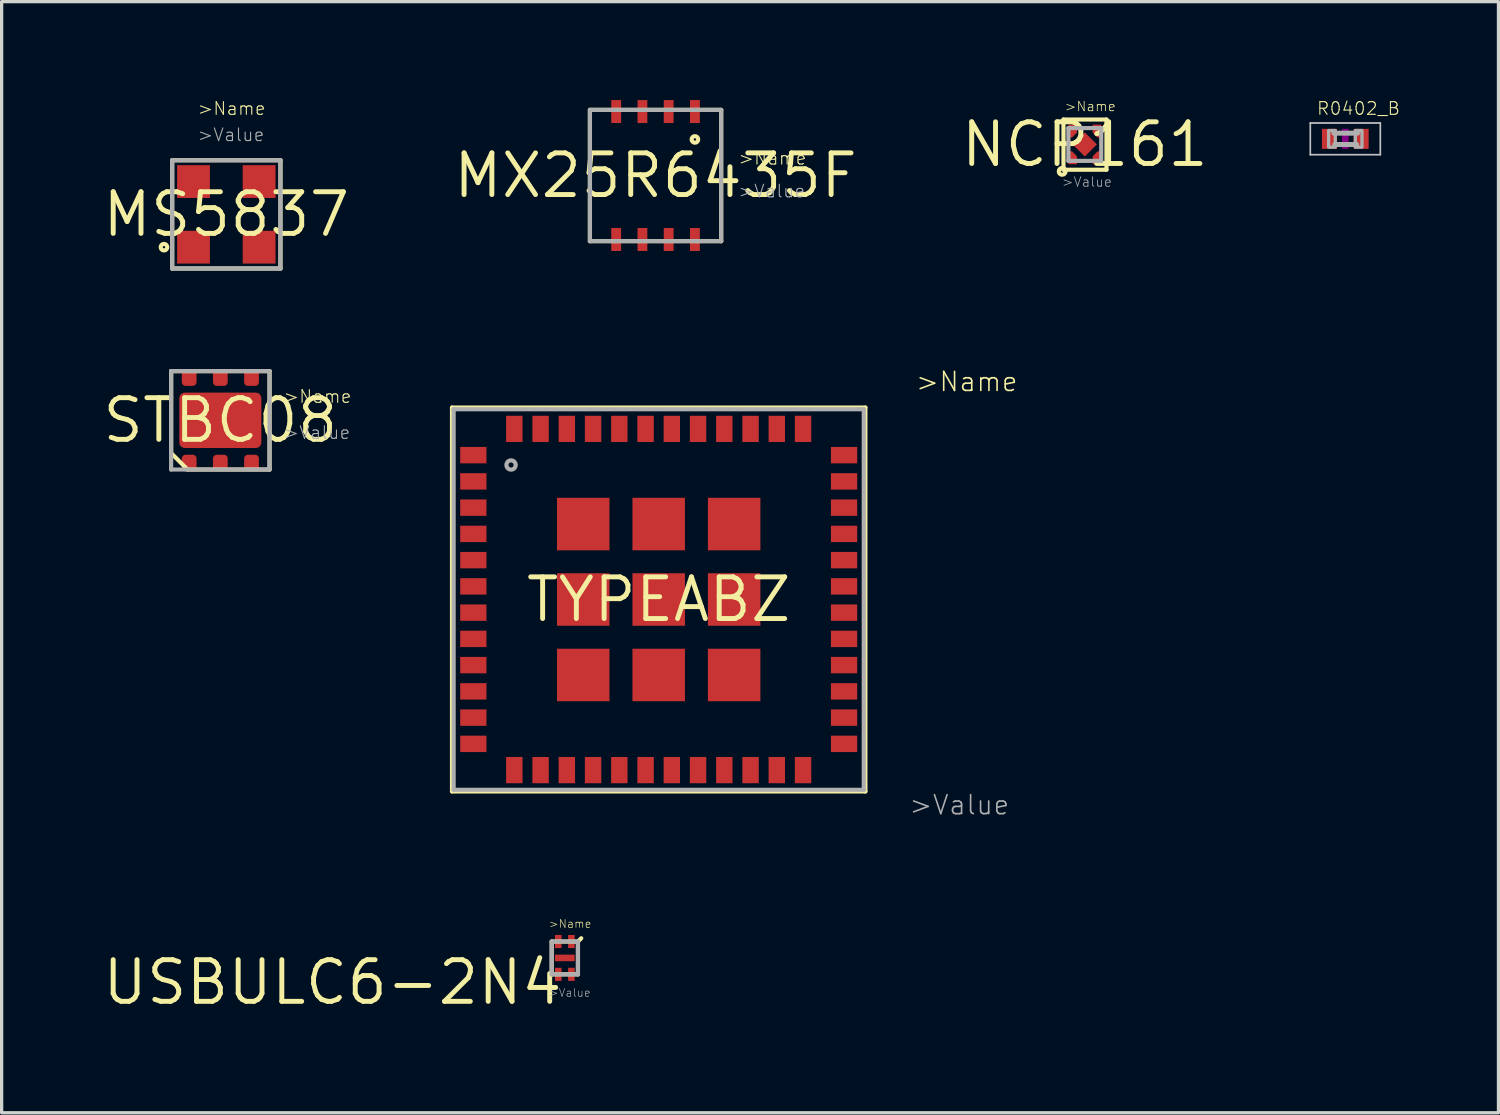
<source format=kicad_pcb>
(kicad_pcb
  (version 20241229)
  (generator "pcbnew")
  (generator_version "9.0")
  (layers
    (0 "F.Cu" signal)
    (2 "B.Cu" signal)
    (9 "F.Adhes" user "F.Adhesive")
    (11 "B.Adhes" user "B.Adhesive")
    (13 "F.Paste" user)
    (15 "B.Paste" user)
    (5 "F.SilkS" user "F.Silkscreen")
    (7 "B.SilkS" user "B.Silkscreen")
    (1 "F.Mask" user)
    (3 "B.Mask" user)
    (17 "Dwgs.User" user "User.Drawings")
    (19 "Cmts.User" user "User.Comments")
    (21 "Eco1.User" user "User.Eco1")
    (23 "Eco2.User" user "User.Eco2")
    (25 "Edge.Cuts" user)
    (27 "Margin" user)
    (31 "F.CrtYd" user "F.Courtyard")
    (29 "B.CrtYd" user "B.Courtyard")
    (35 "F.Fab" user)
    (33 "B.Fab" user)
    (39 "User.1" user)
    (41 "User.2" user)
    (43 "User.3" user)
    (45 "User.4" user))
  (footprint "TYPEABZ"
    (layer "F.Cu")
    (at 17.027 15.223)
    (property "Reference" "TYPEABZ" (at 0 0 0) (layer "F.SilkS") (effects (font (size 1.27 1.27) (thickness 0.15))))
    (attr through_hole)
    (fp_line (start -6.3 -5.85) (end 6.3 -5.85) (stroke (width 0.127) (type solid)) (layer "F.SilkS"))
    (fp_line (start -6.3 5.85) (end -6.3 -5.85) (stroke (width 0.127) (type solid)) (layer "F.SilkS"))
    (fp_line (start 6.3 -5.85) (end 6.3 5.85) (stroke (width 0.127) (type solid)) (layer "F.SilkS"))
    (fp_line (start 6.3 5.85) (end -6.3 5.85) (stroke (width 0.127) (type solid)) (layer "F.SilkS"))
    (fp_line (start -6.25 -5.8) (end 6.25 -5.8) (stroke (width 0.127) (type solid)) (layer "F.Fab"))
    (fp_line (start -6.25 5.8) (end -6.25 -5.8) (stroke (width 0.127) (type solid)) (layer "F.Fab"))
    (fp_line (start 6.25 -5.8) (end 6.25 5.8) (stroke (width 0.127) (type solid)) (layer "F.Fab"))
    (fp_line (start 6.25 5.8) (end -6.25 5.8) (stroke (width 0.127) (type solid)) (layer "F.Fab"))
    (fp_circle (center -4.5 -4.1) (end -4.359 -4.1) (stroke (width 0.127) (type solid)) (fill no) (layer "F.Fab"))
    (fp_text user ">Name" (at 7.8 -6.3 0) (layer "F.SilkS") (effects (font (size 0.579 0.579) (thickness 0.049)) (justify left bottom)))
    (fp_text user ">Value" (at 7.6 6.6 0) (layer "F.Fab") (effects (font (size 0.579 0.579) (thickness 0.049)) (justify left bottom)))
    (pad "P$1" smd rect (at -5.65 -4.4) (size 0.8 0.5) (layers "F.Cu" "F.Mask" "F.Paste"))
    (pad "P$2" smd rect (at -5.65 -3.6) (size 0.8 0.5) (layers "F.Cu" "F.Mask" "F.Paste"))
    (pad "P$3" smd rect (at -5.65 -2.8) (size 0.8 0.5) (layers "F.Cu" "F.Mask" "F.Paste"))
    (pad "P$4" smd rect (at -5.65 -2) (size 0.8 0.5) (layers "F.Cu" "F.Mask" "F.Paste"))
    (pad "P$5" smd rect (at -5.65 -1.2) (size 0.8 0.5) (layers "F.Cu" "F.Mask" "F.Paste"))
    (pad "P$6" smd rect (at -5.65 -0.4) (size 0.8 0.5) (layers "F.Cu" "F.Mask" "F.Paste"))
    (pad "P$7" smd rect (at -5.65 0.4) (size 0.8 0.5) (layers "F.Cu" "F.Mask" "F.Paste"))
    (pad "P$8" smd rect (at -5.65 1.2) (size 0.8 0.5) (layers "F.Cu" "F.Mask" "F.Paste"))
    (pad "P$9" smd rect (at -5.65 2) (size 0.8 0.5) (layers "F.Cu" "F.Mask" "F.Paste"))
    (pad "P$10" smd rect (at -5.65 2.8) (size 0.8 0.5) (layers "F.Cu" "F.Mask" "F.Paste"))
    (pad "P$11" smd rect (at -5.65 3.6) (size 0.8 0.5) (layers "F.Cu" "F.Mask" "F.Paste"))
    (pad "P$12" smd rect (at -5.65 4.4) (size 0.8 0.5) (layers "F.Cu" "F.Mask" "F.Paste"))
    (pad "P$13" smd rect (at -4.4 5.2 90) (size 0.8 0.5) (layers "F.Cu" "F.Mask" "F.Paste"))
    (pad "P$14" smd rect (at -3.6 5.2 90) (size 0.8 0.5) (layers "F.Cu" "F.Mask" "F.Paste"))
    (pad "P$15" smd rect (at -2.8 5.2 90) (size 0.8 0.5) (layers "F.Cu" "F.Mask" "F.Paste"))
    (pad "P$16" smd rect (at -2 5.2 90) (size 0.8 0.5) (layers "F.Cu" "F.Mask" "F.Paste"))
    (pad "P$17" smd rect (at -1.2 5.2 90) (size 0.8 0.5) (layers "F.Cu" "F.Mask" "F.Paste"))
    (pad "P$18" smd rect (at -0.4 5.2 90) (size 0.8 0.5) (layers "F.Cu" "F.Mask" "F.Paste"))
    (pad "P$19" smd rect (at 0.4 5.2 90) (size 0.8 0.5) (layers "F.Cu" "F.Mask" "F.Paste"))
    (pad "P$20" smd rect (at 1.2 5.2 90) (size 0.8 0.5) (layers "F.Cu" "F.Mask" "F.Paste"))
    (pad "P$21" smd rect (at 2 5.2 90) (size 0.8 0.5) (layers "F.Cu" "F.Mask" "F.Paste"))
    (pad "P$22" smd rect (at 2.8 5.2 90) (size 0.8 0.5) (layers "F.Cu" "F.Mask" "F.Paste"))
    (pad "P$23" smd rect (at 3.6 5.2 90) (size 0.8 0.5) (layers "F.Cu" "F.Mask" "F.Paste"))
    (pad "P$24" smd rect (at 4.4 5.2 90) (size 0.8 0.5) (layers "F.Cu" "F.Mask" "F.Paste"))
    (pad "P$25" smd rect (at 5.65 4.4 180) (size 0.8 0.5) (layers "F.Cu" "F.Mask" "F.Paste"))
    (pad "P$26" smd rect (at 5.65 3.6 180) (size 0.8 0.5) (layers "F.Cu" "F.Mask" "F.Paste"))
    (pad "P$27" smd rect (at 5.65 2.8 180) (size 0.8 0.5) (layers "F.Cu" "F.Mask" "F.Paste"))
    (pad "P$28" smd rect (at 5.65 2 180) (size 0.8 0.5) (layers "F.Cu" "F.Mask" "F.Paste"))
    (pad "P$29" smd rect (at 5.65 1.2 180) (size 0.8 0.5) (layers "F.Cu" "F.Mask" "F.Paste"))
    (pad "P$30" smd rect (at 5.65 0.4 180) (size 0.8 0.5) (layers "F.Cu" "F.Mask" "F.Paste"))
    (pad "P$31" smd rect (at 5.65 -0.4 180) (size 0.8 0.5) (layers "F.Cu" "F.Mask" "F.Paste"))
    (pad "P$32" smd rect (at 5.65 -1.2 180) (size 0.8 0.5) (layers "F.Cu" "F.Mask" "F.Paste"))
    (pad "P$33" smd rect (at 5.65 -2 180) (size 0.8 0.5) (layers "F.Cu" "F.Mask" "F.Paste"))
    (pad "P$34" smd rect (at 5.65 -2.8 180) (size 0.8 0.5) (layers "F.Cu" "F.Mask" "F.Paste"))
    (pad "P$35" smd rect (at 5.65 -3.6 180) (size 0.8 0.5) (layers "F.Cu" "F.Mask" "F.Paste"))
    (pad "P$36" smd rect (at 5.65 -4.4 180) (size 0.8 0.5) (layers "F.Cu" "F.Mask" "F.Paste"))
    (pad "P$37" smd rect (at 4.4 -5.2 270) (size 0.8 0.5) (layers "F.Cu" "F.Mask" "F.Paste"))
    (pad "P$38" smd rect (at 3.6 -5.2 270) (size 0.8 0.5) (layers "F.Cu" "F.Mask" "F.Paste"))
    (pad "P$39" smd rect (at 2.8 -5.2 270) (size 0.8 0.5) (layers "F.Cu" "F.Mask" "F.Paste"))
    (pad "P$40" smd rect (at 2 -5.2 270) (size 0.8 0.5) (layers "F.Cu" "F.Mask" "F.Paste"))
    (pad "P$41" smd rect (at 1.2 -5.2 270) (size 0.8 0.5) (layers "F.Cu" "F.Mask" "F.Paste"))
    (pad "P$42" smd rect (at 0.4 -5.2 270) (size 0.8 0.5) (layers "F.Cu" "F.Mask" "F.Paste"))
    (pad "P$43" smd rect (at -0.4 -5.2 270) (size 0.8 0.5) (layers "F.Cu" "F.Mask" "F.Paste"))
    (pad "P$44" smd rect (at -1.2 -5.2 270) (size 0.8 0.5) (layers "F.Cu" "F.Mask" "F.Paste"))
    (pad "P$45" smd rect (at -2 -5.2 270) (size 0.8 0.5) (layers "F.Cu" "F.Mask" "F.Paste"))
    (pad "P$46" smd rect (at -2.8 -5.2 270) (size 0.8 0.5) (layers "F.Cu" "F.Mask" "F.Paste"))
    (pad "P$47" smd rect (at -3.6 -5.2 270) (size 0.8 0.5) (layers "F.Cu" "F.Mask" "F.Paste"))
    (pad "P$48" smd rect (at -4.4 -5.2 270) (size 0.8 0.5) (layers "F.Cu" "F.Mask" "F.Paste"))
    (pad "P$49" smd rect (at -2.3 -2.3) (size 1.6 1.6) (layers "F.Cu" "F.Mask" "F.Paste"))
    (pad "P$50" smd rect (at 0 -2.3) (size 1.6 1.6) (layers "F.Cu" "F.Mask" "F.Paste"))
    (pad "P$51" smd rect (at 2.3 -2.3) (size 1.6 1.6) (layers "F.Cu" "F.Mask" "F.Paste"))
    (pad "P$52" smd rect (at -2.3 0) (size 1.6 1.6) (layers "F.Cu" "F.Mask" "F.Paste"))
    (pad "P$53" smd rect (at 0 0) (size 1.6 1.6) (layers "F.Cu" "F.Mask" "F.Paste"))
    (pad "P$54" smd rect (at 2.3 0) (size 1.6 1.6) (layers "F.Cu" "F.Mask" "F.Paste"))
    (pad "P$55" smd rect (at -2.3 2.3) (size 1.6 1.6) (layers "F.Cu" "F.Mask" "F.Paste"))
    (pad "P$56" smd rect (at 0 2.3) (size 1.6 1.6) (layers "F.Cu" "F.Mask" "F.Paste"))
    (pad "P$57" smd rect (at 2.3 2.3) (size 1.6 1.6) (layers "F.Cu" "F.Mask" "F.Paste")))
  (footprint "R0402_B"
    (layer "F.Cu")
    (at 37.955 1.182)
    (property "Reference" "R0402_B" (at -0.889 -0.699 0) (layer "F.SilkS") (effects (font (size 0.386 0.386) (thickness 0.033)) (justify left bottom)))
    (attr through_hole)
    (fp_poly (pts (xy -0.102 0.305) (xy 0.102 0.305) (xy 0.102 -0.305) (xy -0.102 -0.305)) (stroke (width 0) (type solid)) (fill yes) (layer "F.Adhes"))
    (fp_line (start -1.067 -0.483) (end 1.067 -0.483) (stroke (width 0.051) (type solid)) (layer "Dwgs.User"))
    (fp_line (start -1.067 0.483) (end -1.067 -0.483) (stroke (width 0.051) (type solid)) (layer "Dwgs.User"))
    (fp_line (start 1.067 -0.483) (end 1.067 0.483) (stroke (width 0.051) (type solid)) (layer "Dwgs.User"))
    (fp_line (start 1.067 0.483) (end -1.067 0.483) (stroke (width 0.051) (type solid)) (layer "Dwgs.User"))
    (fp_line (start -0.347 -0.173) (end 0.372 -0.173) (stroke (width 0.152) (type solid)) (layer "F.Fab"))
    (fp_line (start 0.347 0.173) (end -0.321 0.173) (stroke (width 0.152) (type solid)) (layer "F.Fab"))
    (fp_poly (pts (xy -0.508 0.254) (xy -0.305 0.254) (xy -0.305 -0.254) (xy -0.508 -0.254)) (stroke (width 0.1) (type solid)) (fill no) (layer "F.Fab"))
    (fp_poly (pts (xy 0.305 0.254) (xy 0.508 0.254) (xy 0.508 -0.254) (xy 0.305 -0.254)) (stroke (width 0.1) (type solid)) (fill no) (layer "F.Fab"))
    (pad "1" smd rect (at -0.483 0) (size 0.457 0.61) (layers "F.Cu" "F.Mask" "F.Paste"))
    (pad "2" smd rect (at 0.483 0) (size 0.457 0.61) (layers "F.Cu" "F.Mask" "F.Paste")))
  (footprint "MX25R6435F"
    (layer "F.Cu")
    (at 16.931 2.3)
    (property "Reference" "MX25R6435F" (at 0 0 0) (layer "F.SilkS") (effects (font (size 1.27 1.27) (thickness 0.15))))
    (attr through_hole)
    (fp_line (start -2 -2) (end 2 -2) (stroke (width 0.127) (type solid)) (layer "F.SilkS"))
    (fp_line (start -2 2) (end -2 -2) (stroke (width 0.127) (type solid)) (layer "F.SilkS"))
    (fp_line (start 2 -2) (end 2 2) (stroke (width 0.127) (type solid)) (layer "F.SilkS"))
    (fp_line (start 2 2) (end -2 2) (stroke (width 0.127) (type solid)) (layer "F.SilkS"))
    (fp_circle (center 1.2 -1.1) (end 1.3 -1.1) (stroke (width 0.127) (type solid)) (fill no) (layer "F.SilkS"))
    (fp_line (start -2 -2) (end 2 -2) (stroke (width 0.127) (type solid)) (layer "F.Fab"))
    (fp_line (start -2 2) (end -2 -2) (stroke (width 0.127) (type solid)) (layer "F.Fab"))
    (fp_line (start 2 -2) (end 2 2) (stroke (width 0.127) (type solid)) (layer "F.Fab"))
    (fp_line (start 2 2) (end -2 2) (stroke (width 0.127) (type solid)) (layer "F.Fab"))
    (fp_text user ">Name" (at 2.5 -0.3 0) (layer "F.SilkS") (effects (font (size 0.386 0.386) (thickness 0.033)) (justify left bottom)))
    (fp_text user ">Value" (at 2.5 0.7 0) (layer "F.Fab") (effects (font (size 0.386 0.386) (thickness 0.033)) (justify left bottom)))
    (pad "P$1" smd rect (at 1.2 -1.95 90) (size 0.7 0.3) (layers "F.Cu" "F.Mask" "F.Paste"))
    (pad "P$2" smd rect (at 0.4 -1.95 90) (size 0.7 0.3) (layers "F.Cu" "F.Mask" "F.Paste"))
    (pad "P$3" smd rect (at -0.4 -1.95 90) (size 0.7 0.3) (layers "F.Cu" "F.Mask" "F.Paste"))
    (pad "P$4" smd rect (at -1.2 -1.95 90) (size 0.7 0.3) (layers "F.Cu" "F.Mask" "F.Paste"))
    (pad "P$5" smd rect (at -1.2 1.95 90) (size 0.7 0.3) (layers "F.Cu" "F.Mask" "F.Paste"))
    (pad "P$6" smd rect (at -0.4 1.95 90) (size 0.7 0.3) (layers "F.Cu" "F.Mask" "F.Paste"))
    (pad "P$7" smd rect (at 0.4 1.95 90) (size 0.7 0.3) (layers "F.Cu" "F.Mask" "F.Paste"))
    (pad "P$8" smd rect (at 1.2 1.95 90) (size 0.7 0.3) (layers "F.Cu" "F.Mask" "F.Paste")))
  (footprint "USBULC6-2N4"
    (layer "F.Cu")
    (at 14.166 26.148)
    (property "Reference" "USBULC6-2N4" (at 0 0 0) (layer "F.SilkS") (effects (font (size 1.27 1.27) (thickness 0.15)) (justify right top)))
    (attr through_hole)
    (fp_line (start -0.4 -0.5) (end 0.4 -0.5) (stroke (width 0.127) (type solid)) (layer "F.SilkS"))
    (fp_line (start -0.4 0.5) (end -0.4 -0.5) (stroke (width 0.127) (type solid)) (layer "F.SilkS"))
    (fp_line (start 0.4 -0.5) (end 0.4 0.5) (stroke (width 0.127) (type solid)) (layer "F.SilkS"))
    (fp_line (start 0.4 -0.5) (end 0.5 -0.6) (stroke (width 0.127) (type solid)) (layer "F.SilkS"))
    (fp_line (start 0.4 0.5) (end -0.4 0.5) (stroke (width 0.127) (type solid)) (layer "F.SilkS"))
    (fp_line (start -0.4 -0.5) (end 0.4 -0.5) (stroke (width 0.127) (type solid)) (layer "F.Fab"))
    (fp_line (start -0.4 0.5) (end -0.4 -0.5) (stroke (width 0.127) (type solid)) (layer "F.Fab"))
    (fp_line (start 0.4 -0.5) (end 0.4 0.5) (stroke (width 0.127) (type solid)) (layer "F.Fab"))
    (fp_line (start 0.4 0.5) (end -0.4 0.5) (stroke (width 0.127) (type solid)) (layer "F.Fab"))
    (fp_text user ">Name" (at -0.5 -0.9 0) (layer "F.SilkS") (effects (font (size 0.241 0.241) (thickness 0.02)) (justify left bottom)))
    (fp_text user ">Value" (at -0.5 1.2 0) (layer "F.Fab") (effects (font (size 0.241 0.241) (thickness 0.02)) (justify left bottom)))
    (pad "P$1" smd rect (at 0.2 -0.5) (size 0.2 0.4) (layers "F.Cu" "F.Mask" "F.Paste"))
    (pad "P$2" smd rect (at -0.2 -0.5) (size 0.2 0.4) (layers "F.Cu" "F.Mask" "F.Paste"))
    (pad "P$3" smd rect (at -0.2 0.5) (size 0.2 0.4) (layers "F.Cu" "F.Mask" "F.Paste"))
    (pad "P$4" smd rect (at 0.2 0.5) (size 0.2 0.4) (layers "F.Cu" "F.Mask" "F.Paste"))
    (pad "P$5" smd rect (at 0 0 90) (size 0.2 0.6) (layers "F.Cu" "F.Mask" "F.Paste")))
  (footprint "STBC08"
    (layer "F.Cu")
    (at 3.666 9.761)
    (property "Reference" "STBC08" (at 0 0 0) (layer "F.SilkS") (effects (font (size 1.27 1.27) (thickness 0.15))))
    (attr through_hole)
    (fp_line (start -1.5 -1.5) (end 1.5 -1.5) (stroke (width 0.127) (type solid)) (layer "F.SilkS"))
    (fp_line (start -1.5 1) (end -1.5 -1.5) (stroke (width 0.127) (type solid)) (layer "F.SilkS"))
    (fp_line (start -1 1.5) (end -1.5 1) (stroke (width 0.127) (type solid)) (layer "F.SilkS"))
    (fp_line (start 1.5 -1.5) (end 1.5 1.5) (stroke (width 0.127) (type solid)) (layer "F.SilkS"))
    (fp_line (start 1.5 1.5) (end -1 1.5) (stroke (width 0.127) (type solid)) (layer "F.SilkS"))
    (fp_line (start -1.5 -1.5) (end 1.5 -1.5) (stroke (width 0.127) (type solid)) (layer "F.Fab"))
    (fp_line (start -1.5 1.5) (end -1.5 -1.5) (stroke (width 0.127) (type solid)) (layer "F.Fab"))
    (fp_line (start 1.5 -1.5) (end 1.5 1.5) (stroke (width 0.127) (type solid)) (layer "F.Fab"))
    (fp_line (start 1.5 1.5) (end -1.5 1.5) (stroke (width 0.127) (type solid)) (layer "F.Fab"))
    (fp_text user ">Name" (at 1.9 -0.5 0) (layer "F.SilkS") (effects (font (size 0.386 0.386) (thickness 0.033)) (justify left bottom)))
    (fp_text user ">Value" (at 1.9 0.6 0) (layer "F.Fab") (effects (font (size 0.386 0.386) (thickness 0.033)) (justify left bottom)))
    (pad "P$1" smd roundrect (at -0.95 1.3) (size 0.45 0.5) (layers "F.Cu" "F.Mask" "F.Paste") (roundrect_rratio 0.25))
    (pad "P$2" smd roundrect (at 0 1.3) (size 0.45 0.5) (layers "F.Cu" "F.Mask" "F.Paste") (roundrect_rratio 0.25))
    (pad "P$3" smd roundrect (at 0.95 1.3) (size 0.45 0.5) (layers "F.Cu" "F.Mask" "F.Paste") (roundrect_rratio 0.25))
    (pad "P$4" smd roundrect (at 0.95 -1.3) (size 0.45 0.5) (layers "F.Cu" "F.Mask" "F.Paste") (roundrect_rratio 0.25))
    (pad "P$5" smd roundrect (at 0 -1.3) (size 0.45 0.5) (layers "F.Cu" "F.Mask" "F.Paste") (roundrect_rratio 0.25))
    (pad "P$6" smd roundrect (at -0.95 -1.3) (size 0.45 0.5) (layers "F.Cu" "F.Mask" "F.Paste") (roundrect_rratio 0.25))
    (pad "P$7" smd roundrect (at 0 0) (size 2.5 1.69) (layers "F.Cu" "F.Mask" "F.Paste") (roundrect_rratio 0.1)))
  (footprint "MS5837"
    (layer "F.Cu")
    (at 3.848 3.484)
    (property "Reference" "MS5837" (at 0 0 0) (layer "F.SilkS") (effects (font (size 1.27 1.27) (thickness 0.15))))
    (attr through_hole)
    (fp_line (start -1.65 -1.65) (end 1.65 -1.65) (stroke (width 0.127) (type solid)) (layer "F.SilkS"))
    (fp_line (start -1.65 1.65) (end -1.65 -1.65) (stroke (width 0.127) (type solid)) (layer "F.SilkS"))
    (fp_line (start 1.65 -1.65) (end 1.65 1.65) (stroke (width 0.127) (type solid)) (layer "F.SilkS"))
    (fp_line (start 1.65 1.65) (end -1.65 1.65) (stroke (width 0.127) (type solid)) (layer "F.SilkS"))
    (fp_circle (center -1.9 1) (end -1.8 1) (stroke (width 0.127) (type solid)) (fill no) (layer "F.SilkS"))
    (fp_line (start -1.65 -1.65) (end 1.65 -1.65) (stroke (width 0.127) (type solid)) (layer "F.Fab"))
    (fp_line (start -1.65 1.65) (end -1.65 -1.65) (stroke (width 0.127) (type solid)) (layer "F.Fab"))
    (fp_line (start 1.65 -1.65) (end 1.65 1.65) (stroke (width 0.127) (type solid)) (layer "F.Fab"))
    (fp_line (start 1.65 1.65) (end -1.65 1.65) (stroke (width 0.127) (type solid)) (layer "F.Fab"))
    (fp_text user ">Name" (at -0.9 -3 0) (layer "F.SilkS") (effects (font (size 0.386 0.386) (thickness 0.033)) (justify left bottom)))
    (fp_text user ">Value" (at -0.9 -2.2 0) (layer "F.Fab") (effects (font (size 0.386 0.386) (thickness 0.033)) (justify left bottom)))
    (pad "P$1" smd rect (at -1 1) (size 1 1) (layers "F.Cu" "F.Mask" "F.Paste"))
    (pad "P$2" smd rect (at 1 1) (size 1 1) (layers "F.Cu" "F.Mask" "F.Paste"))
    (pad "P$3" smd rect (at 1 -1) (size 1 1) (layers "F.Cu" "F.Mask" "F.Paste"))
    (pad "P$4" smd rect (at -1 -1) (size 1 1) (layers "F.Cu" "F.Mask" "F.Paste")))
  (footprint "NCP161"
    (layer "F.Cu")
    (at 30.015 1.353)
    (property "Reference" "NCP161" (at 0 0 0) (layer "F.SilkS") (effects (font (size 1.27 1.27) (thickness 0.15))))
    (attr through_hole)
    (fp_poly (pts (xy -0.5 -0.21) (xy -0.39 -0.21) (xy -0.24 -0.36) (xy -0.24 -0.6) (xy -0.5 -0.6)) (stroke (width 0) (type solid)) (fill yes) (layer "F.Cu"))
    (fp_poly (pts (xy -0.5 0.21) (xy -0.5 0.6) (xy -0.24 0.6) (xy -0.24 0.36) (xy -0.39 0.21)) (stroke (width 0) (type solid)) (fill yes) (layer "F.Cu"))
    (fp_poly (pts (xy 0.24 -0.6) (xy 0.5 -0.6) (xy 0.5 -0.21) (xy 0.39 -0.21) (xy 0.24 -0.36)) (stroke (width 0) (type solid)) (fill yes) (layer "F.Cu"))
    (fp_poly (pts (xy 0.5 0.21) (xy 0.39 0.21) (xy 0.24 0.36) (xy 0.24 0.6) (xy 0.5 0.6)) (stroke (width 0) (type solid)) (fill yes) (layer "F.Cu"))
    (fp_poly (pts (xy -0.5 -0.21) (xy -0.39 -0.21) (xy -0.24 -0.36) (xy -0.24 -0.6) (xy -0.5 -0.6)) (stroke (width 0) (type solid)) (fill yes) (layer "F.Mask"))
    (fp_poly (pts (xy -0.5 0.21) (xy -0.5 0.6) (xy -0.24 0.6) (xy -0.24 0.36) (xy -0.39 0.21)) (stroke (width 0) (type solid)) (fill yes) (layer "F.Mask"))
    (fp_poly (pts (xy 0.24 -0.6) (xy 0.5 -0.6) (xy 0.5 -0.21) (xy 0.39 -0.21) (xy 0.24 -0.36)) (stroke (width 0) (type solid)) (fill yes) (layer "F.Mask"))
    (fp_poly (pts (xy 0.5 0.21) (xy 0.39 0.21) (xy 0.24 0.36) (xy 0.24 0.6) (xy 0.5 0.6)) (stroke (width 0) (type solid)) (fill yes) (layer "F.Mask"))
    (fp_line (start -0.65 -0.76) (end 0.66 -0.76) (stroke (width 0.127) (type solid)) (layer "F.SilkS"))
    (fp_line (start -0.65 0.77) (end -0.65 -0.76) (stroke (width 0.127) (type solid)) (layer "F.SilkS"))
    (fp_line (start 0.66 -0.76) (end 0.66 0.77) (stroke (width 0.127) (type solid)) (layer "F.SilkS"))
    (fp_line (start 0.66 0.77) (end -0.65 0.77) (stroke (width 0.127) (type solid)) (layer "F.SilkS"))
    (fp_circle (center -0.69 0.82) (end -0.65 0.82) (stroke (width 0.127) (type solid)) (fill no) (layer "F.SilkS"))
    (fp_poly (pts (xy -0.5 -0.21) (xy -0.39 -0.21) (xy -0.24 -0.36) (xy -0.24 -0.6) (xy -0.5 -0.6)) (stroke (width 0) (type solid)) (fill yes) (layer "F.Paste"))
    (fp_poly (pts (xy -0.5 0.21) (xy -0.5 0.6) (xy -0.24 0.6) (xy -0.24 0.36) (xy -0.39 0.21)) (stroke (width 0) (type solid)) (fill yes) (layer "F.Paste"))
    (fp_poly (pts (xy 0.24 -0.6) (xy 0.5 -0.6) (xy 0.5 -0.21) (xy 0.39 -0.21) (xy 0.24 -0.36)) (stroke (width 0) (type solid)) (fill yes) (layer "F.Paste"))
    (fp_poly (pts (xy 0.5 0.21) (xy 0.39 0.21) (xy 0.24 0.36) (xy 0.24 0.6) (xy 0.5 0.6)) (stroke (width 0) (type solid)) (fill yes) (layer "F.Paste"))
    (fp_line (start -0.5 -0.5) (end 0.5 -0.5) (stroke (width 0.127) (type solid)) (layer "F.Fab"))
    (fp_line (start -0.5 0.5) (end -0.5 -0.5) (stroke (width 0.127) (type solid)) (layer "F.Fab"))
    (fp_line (start 0.5 -0.5) (end 0.5 0.5) (stroke (width 0.127) (type solid)) (layer "F.Fab"))
    (fp_line (start 0.5 0.5) (end -0.5 0.5) (stroke (width 0.127) (type solid)) (layer "F.Fab"))
    (fp_text user ">Name" (at -0.63 -0.99 0) (layer "F.SilkS") (effects (font (size 0.29 0.29) (thickness 0.024)) (justify left bottom)))
    (fp_text user ">Value" (at -0.72 1.31 0) (layer "F.Fab") (effects (font (size 0.29 0.29) (thickness 0.024)) (justify left bottom)))
    (pad "P$1" smd rect (at -0.37 0.48) (size 0.24 0.24) (layers "F.Cu" "F.Mask" "F.Paste"))
    (pad "P$2" smd rect (at 0.37 0.48) (size 0.24 0.24) (layers "F.Cu" "F.Mask" "F.Paste"))
    (pad "P$3" smd rect (at 0.37 -0.48) (size 0.24 0.24) (layers "F.Cu" "F.Mask" "F.Paste"))
    (pad "P$4" smd rect (at -0.37 -0.48) (size 0.24 0.24) (layers "F.Cu" "F.Mask" "F.Paste"))
    (pad "P$5" smd rect (at 0 0 45) (size 0.52 0.52) (layers "F.Cu" "F.Mask" "F.Paste")))
  (gr_rect
    (start -3 -3)
    (end 42.623 30.868)
    (stroke (width 0.1) (type default))
    (fill no)
    (layer "Edge.Cuts")))
</source>
